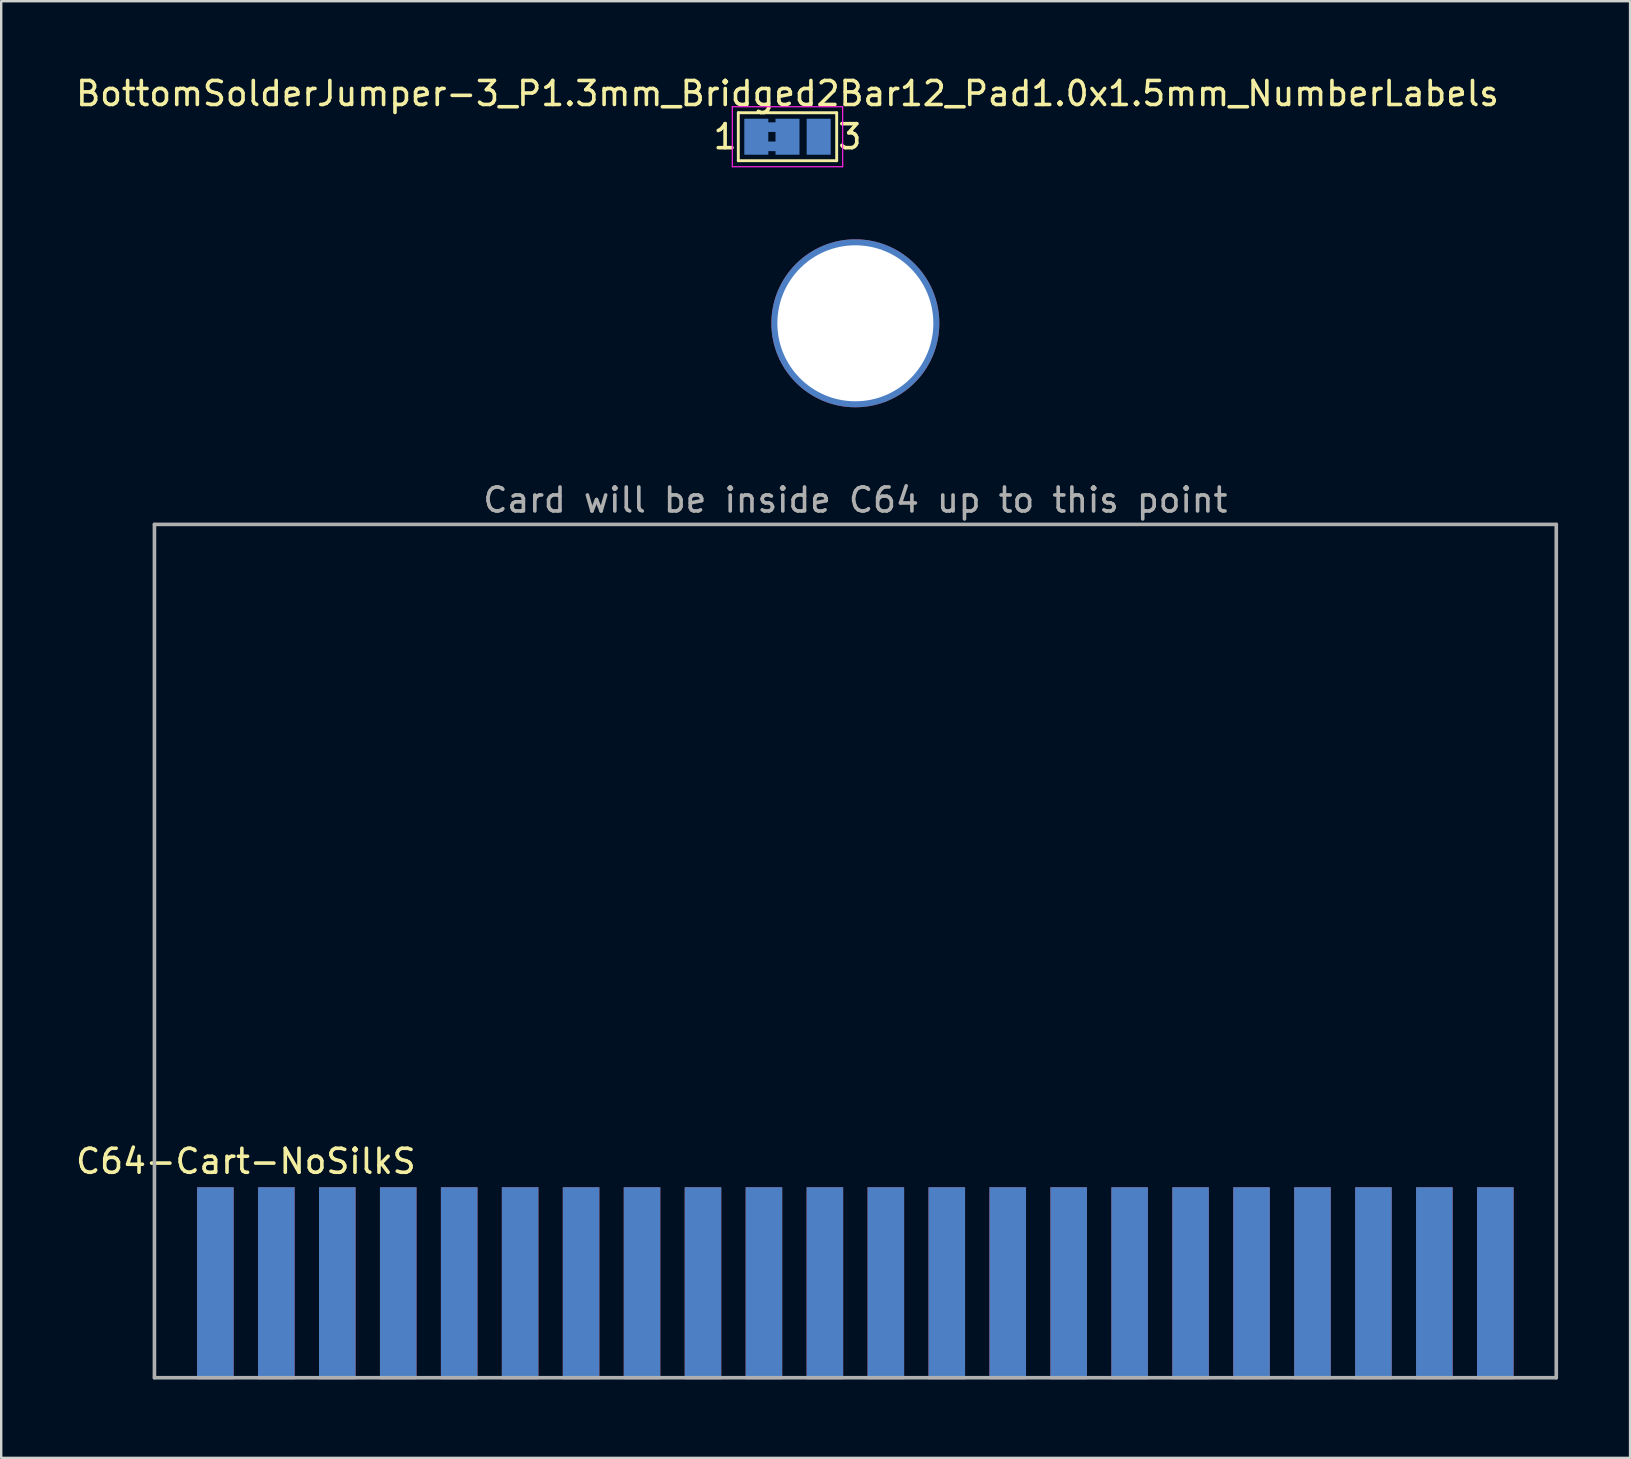
<source format=kicad_pcb>
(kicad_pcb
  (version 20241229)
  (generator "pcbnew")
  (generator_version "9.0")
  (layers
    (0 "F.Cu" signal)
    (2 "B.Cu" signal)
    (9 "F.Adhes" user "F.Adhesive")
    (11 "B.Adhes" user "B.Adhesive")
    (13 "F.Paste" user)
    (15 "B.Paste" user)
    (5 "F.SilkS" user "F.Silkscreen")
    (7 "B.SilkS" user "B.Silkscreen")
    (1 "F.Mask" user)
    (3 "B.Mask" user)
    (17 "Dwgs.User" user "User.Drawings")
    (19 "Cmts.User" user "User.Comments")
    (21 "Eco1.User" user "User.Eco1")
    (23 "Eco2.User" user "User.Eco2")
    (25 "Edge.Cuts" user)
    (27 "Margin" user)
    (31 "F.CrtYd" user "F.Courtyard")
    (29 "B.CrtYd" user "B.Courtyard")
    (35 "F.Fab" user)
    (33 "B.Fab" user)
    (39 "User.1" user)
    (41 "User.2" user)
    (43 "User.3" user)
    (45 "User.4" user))
  (footprint "BottomSolderJumper-3_P1.3mm_Bridged2Bar12_Pad1.0x1.5mm_NumberLabels"
    (layer "F.Cu")
    (at 29.768 2.648)
    (property "Reference" "BottomSolderJumper-3_P1.3mm_Bridged2Bar12_Pad1.0x1.5mm_NumberLabels" (at 0 -1.8 0) (layer "F.SilkS") (effects (font (size 1 1) (thickness 0.15))))
    (attr exclude_from_pos_files exclude_from_bom)
    (fp_poly (pts (xy -0.9 -0.6) (xy -0.4 -0.6) (xy -0.4 -0.2) (xy -0.9 -0.2)) (stroke (width 0) (type solid)) (fill yes) (layer "B.Cu"))
    (fp_poly (pts (xy -0.9 0.2) (xy -0.4 0.2) (xy -0.4 0.6) (xy -0.9 0.6)) (stroke (width 0) (type solid)) (fill yes) (layer "B.Cu"))
    (fp_line (start -2.05 -1) (end 2.05 -1) (stroke (width 0.12) (type solid)) (layer "F.SilkS"))
    (fp_line (start -2.05 1) (end -2.05 -1) (stroke (width 0.12) (type solid)) (layer "F.SilkS"))
    (fp_line (start 2.05 -1) (end 2.05 1) (stroke (width 0.12) (type solid)) (layer "F.SilkS"))
    (fp_line (start 2.05 1) (end -2.05 1) (stroke (width 0.12) (type solid)) (layer "F.SilkS"))
    (fp_line (start -2.3 -1.25) (end -2.3 1.25) (stroke (width 0.05) (type solid)) (layer "F.CrtYd"))
    (fp_line (start -2.3 -1.25) (end 2.3 -1.25) (stroke (width 0.05) (type solid)) (layer "F.CrtYd"))
    (fp_line (start 2.3 1.25) (end -2.3 1.25) (stroke (width 0.05) (type solid)) (layer "F.CrtYd"))
    (fp_line (start 2.3 1.25) (end 2.3 -1.25) (stroke (width 0.05) (type solid)) (layer "F.CrtYd"))
    (fp_text user "1" (at -2.6 0 0) (layer "F.SilkS") (effects (font (size 1 1) (thickness 0.15))))
    (fp_text user "3" (at 2.6 0 0) (layer "F.SilkS") (effects (font (size 1 1) (thickness 0.15))))
    (pad "1" smd rect (at -1.3 0) (size 1 1.5) (layers "F.Mask" "B.Cu"))
    (pad "2" smd rect (at 0 0) (size 1 1.5) (layers "F.Mask" "B.Cu"))
    (pad "3" smd rect (at 1.3 0) (size 1 1.5) (layers "F.Mask" "B.Cu")))
  (footprint "C64-Cart-NoSilkS"
    (layer "F.Cu")
    (at 3.386 54.365)
    (property "Reference" "C64-Cart-NoSilkS" (at 3.81 -9.018 0) (layer "F.SilkS") (effects (font (size 1 1) (thickness 0.15))))
    (attr through_hole)
    (fp_line (start 0 -35.56) (end 0 0) (stroke (width 0.15) (type solid)) (layer "F.Fab"))
    (fp_line (start 0 0) (end 58.42 0) (stroke (width 0.15) (type solid)) (layer "F.Fab"))
    (fp_line (start 58.42 -35.56) (end 0 -35.56) (stroke (width 0.15) (type solid)) (layer "F.Fab"))
    (fp_line (start 58.42 0) (end 58.42 -35.56) (stroke (width 0.15) (type solid)) (layer "F.Fab"))
    (fp_text user "Card will be inside C64 up to this point" (at 29.21 -36.576 0) (layer "F.Fab") (effects (font (size 1 1) (thickness 0.15))))
    (pad "" thru_hole circle (at 29.21 -43.942) (size 7 7) (drill 6.5) (layers "*.Cu" "*.Mask"))
    (pad "" smd rect (at 29.21 -3.81 180) (size 58.42 8.3) (layers "F.Mask"))
    (pad "" smd rect (at 29.21 -3.81 180) (size 58.42 8.3) (layers "B.Mask"))
    (pad "1" smd rect (at 2.54 -3.938 180) (size 1.524 8) (layers "F.Cu" "F.Mask" "F.Paste"))
    (pad "2" smd rect (at 5.08 -3.938 180) (size 1.524 8) (layers "F.Cu" "F.Mask" "F.Paste"))
    (pad "3" smd rect (at 7.62 -3.938 180) (size 1.524 8) (layers "F.Cu" "F.Mask" "F.Paste"))
    (pad "4" smd rect (at 10.16 -3.938 180) (size 1.524 8) (layers "F.Cu" "F.Mask" "F.Paste"))
    (pad "5" smd rect (at 12.7 -3.938 180) (size 1.524 8) (layers "F.Cu" "F.Mask" "F.Paste"))
    (pad "6" smd rect (at 15.24 -3.938 180) (size 1.524 8) (layers "F.Cu" "F.Mask" "F.Paste"))
    (pad "7" smd rect (at 17.78 -3.938 180) (size 1.524 8) (layers "F.Cu" "F.Mask" "F.Paste"))
    (pad "8" smd rect (at 20.32 -3.938 180) (size 1.524 8) (layers "F.Cu" "F.Mask" "F.Paste"))
    (pad "9" smd rect (at 22.86 -3.938 180) (size 1.524 8) (layers "F.Cu" "F.Mask" "F.Paste"))
    (pad "10" smd rect (at 25.4 -3.938 180) (size 1.524 8) (layers "F.Cu" "F.Mask" "F.Paste"))
    (pad "11" smd rect (at 27.94 -3.938 180) (size 1.524 8) (layers "F.Cu" "F.Mask" "F.Paste"))
    (pad "12" smd rect (at 30.48 -3.938 180) (size 1.524 8) (layers "F.Cu" "F.Mask" "F.Paste"))
    (pad "13" smd rect (at 33.02 -3.938 180) (size 1.524 8) (layers "F.Cu" "F.Mask" "F.Paste"))
    (pad "14" smd rect (at 35.56 -3.938 180) (size 1.524 8) (layers "F.Cu" "F.Mask" "F.Paste"))
    (pad "15" smd rect (at 38.1 -3.938 180) (size 1.524 8) (layers "F.Cu" "F.Mask" "F.Paste"))
    (pad "16" smd rect (at 40.64 -3.938 180) (size 1.524 8) (layers "F.Cu" "F.Mask" "F.Paste"))
    (pad "17" smd rect (at 43.18 -3.938 180) (size 1.524 8) (layers "F.Cu" "F.Mask" "F.Paste"))
    (pad "18" smd rect (at 45.72 -3.938 180) (size 1.524 8) (layers "F.Cu" "F.Mask" "F.Paste"))
    (pad "19" smd rect (at 48.26 -3.938 180) (size 1.524 8) (layers "F.Cu" "F.Mask" "F.Paste"))
    (pad "20" smd rect (at 50.8 -3.938 180) (size 1.524 8) (layers "F.Cu" "F.Mask" "F.Paste"))
    (pad "21" smd rect (at 53.34 -3.938 180) (size 1.524 8) (layers "F.Cu" "F.Mask" "F.Paste"))
    (pad "22" smd rect (at 55.88 -3.938 180) (size 1.524 8) (layers "F.Cu" "F.Mask" "F.Paste"))
    (pad "A" smd rect (at 2.54 -3.938) (size 1.524 8) (layers "B.Cu" "B.Mask" "B.Paste"))
    (pad "B" smd rect (at 5.08 -3.938) (size 1.524 8) (layers "B.Cu" "B.Mask" "B.Paste"))
    (pad "C" smd rect (at 7.62 -3.938) (size 1.524 8) (layers "B.Cu" "B.Mask" "B.Paste"))
    (pad "D" smd rect (at 10.16 -3.938) (size 1.524 8) (layers "B.Cu" "B.Mask" "B.Paste"))
    (pad "E" smd rect (at 12.7 -3.938) (size 1.524 8) (layers "B.Cu" "B.Mask" "B.Paste"))
    (pad "F" smd rect (at 15.24 -3.938) (size 1.524 8) (layers "B.Cu" "B.Mask" "B.Paste"))
    (pad "H" smd rect (at 17.78 -3.938) (size 1.524 8) (layers "B.Cu" "B.Mask" "B.Paste"))
    (pad "J" smd rect (at 20.32 -3.938) (size 1.524 8) (layers "B.Cu" "B.Mask" "B.Paste"))
    (pad "K" smd rect (at 22.86 -3.938) (size 1.524 8) (layers "B.Cu" "B.Mask" "B.Paste"))
    (pad "L" smd rect (at 25.4 -3.938) (size 1.524 8) (layers "B.Cu" "B.Mask" "B.Paste"))
    (pad "M" smd rect (at 27.94 -3.938) (size 1.524 8) (layers "B.Cu" "B.Mask" "B.Paste"))
    (pad "N" smd rect (at 30.48 -3.938) (size 1.524 8) (layers "B.Cu" "B.Mask" "B.Paste"))
    (pad "P" smd rect (at 33.02 -3.938) (size 1.524 8) (layers "B.Cu" "B.Mask" "B.Paste"))
    (pad "R" smd rect (at 35.56 -3.938) (size 1.524 8) (layers "B.Cu" "B.Mask" "B.Paste"))
    (pad "S" smd rect (at 38.1 -3.938) (size 1.524 8) (layers "B.Cu" "B.Mask" "B.Paste"))
    (pad "T" smd rect (at 40.64 -3.938) (size 1.524 8) (layers "B.Cu" "B.Mask" "B.Paste"))
    (pad "U" smd rect (at 43.18 -3.938) (size 1.524 8) (layers "B.Cu" "B.Mask" "B.Paste"))
    (pad "V" smd rect (at 45.72 -3.938) (size 1.524 8) (layers "B.Cu" "B.Mask" "B.Paste"))
    (pad "W" smd rect (at 48.26 -3.938) (size 1.524 8) (layers "B.Cu" "B.Mask" "B.Paste"))
    (pad "X" smd rect (at 50.8 -3.938) (size 1.524 8) (layers "B.Cu" "B.Mask" "B.Paste"))
    (pad "Y" smd rect (at 53.34 -3.938) (size 1.524 8) (layers "B.Cu" "B.Mask" "B.Paste"))
    (pad "Z" smd rect (at 55.88 -3.938) (size 1.524 8) (layers "B.Cu" "B.Mask" "B.Paste")))
  (gr_rect
    (start -3 -3)
    (end 64.881 57.705)
    (stroke (width 0.1) (type default))
    (fill no)
    (layer "Edge.Cuts")))
</source>
